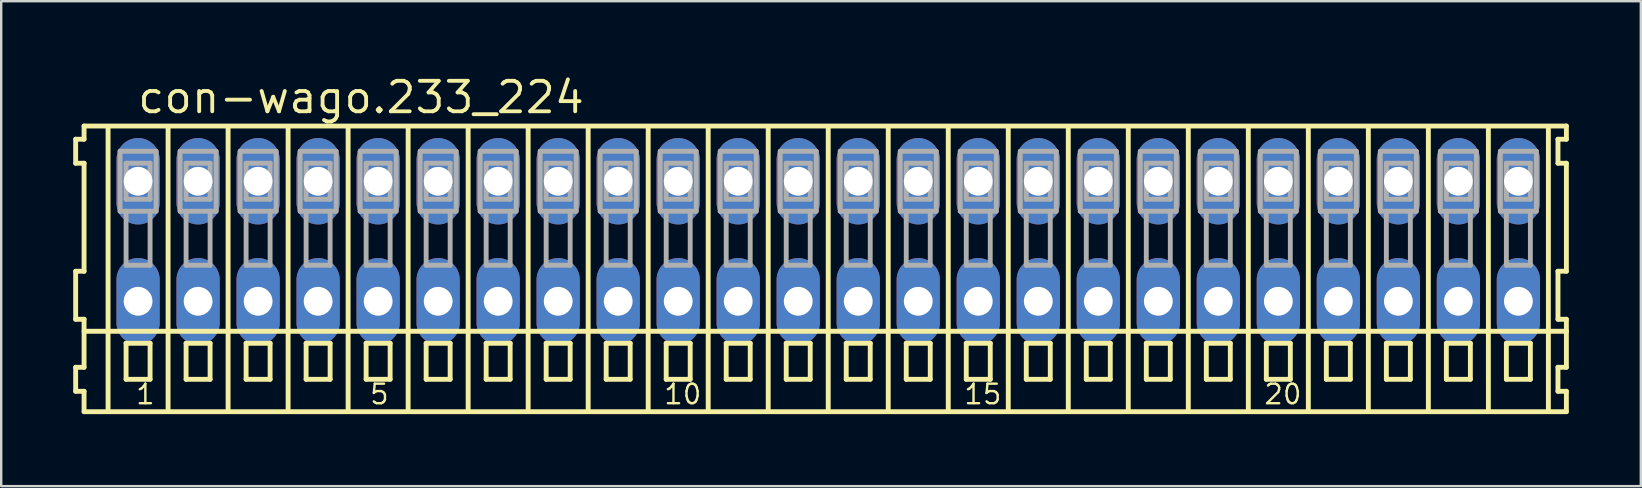
<source format=kicad_pcb>
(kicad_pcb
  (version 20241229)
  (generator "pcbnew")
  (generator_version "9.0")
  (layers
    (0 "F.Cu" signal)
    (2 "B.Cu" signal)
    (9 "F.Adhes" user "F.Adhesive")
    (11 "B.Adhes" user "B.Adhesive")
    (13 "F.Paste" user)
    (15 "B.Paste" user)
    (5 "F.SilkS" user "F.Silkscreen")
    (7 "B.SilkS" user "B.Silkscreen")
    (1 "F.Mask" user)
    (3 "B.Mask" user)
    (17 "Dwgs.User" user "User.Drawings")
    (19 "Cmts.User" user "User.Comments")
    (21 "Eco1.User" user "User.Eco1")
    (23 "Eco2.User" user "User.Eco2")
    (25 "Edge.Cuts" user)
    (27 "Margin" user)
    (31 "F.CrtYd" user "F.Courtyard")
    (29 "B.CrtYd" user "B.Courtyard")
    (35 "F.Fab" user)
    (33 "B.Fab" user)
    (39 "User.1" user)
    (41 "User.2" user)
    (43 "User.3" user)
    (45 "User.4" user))
  (footprint "con-wago.233_224"
    (layer "F.Cu")
    (at 31.452 7)
    (property "Reference" "con-wago.233_224" (at -28.85 -5.25 0) (layer "F.SilkS") (effects (font (size 1.27 1.27) (thickness 0.16)) (justify left bottom)))
    (attr through_hole)
    (fp_line (start -31.35 -4.25) (end -31.35 -3.25) (stroke (width 0.203) (type default)) (layer "F.SilkS"))
    (fp_line (start -31.35 -3.25) (end -31 -3.25) (stroke (width 0.203) (type default)) (layer "F.SilkS"))
    (fp_line (start -31.35 1.25) (end -31.35 3.25) (stroke (width 0.203) (type default)) (layer "F.SilkS"))
    (fp_line (start -31.35 3.25) (end -31 3.25) (stroke (width 0.203) (type default)) (layer "F.SilkS"))
    (fp_line (start -31.35 5.25) (end -31.35 6.25) (stroke (width 0.203) (type default)) (layer "F.SilkS"))
    (fp_line (start -31.35 6.25) (end -31 6.25) (stroke (width 0.203) (type default)) (layer "F.SilkS"))
    (fp_line (start -31 -4.8) (end -31 -4.25) (stroke (width 0.203) (type default)) (layer "F.SilkS"))
    (fp_line (start -31 -4.25) (end -31.35 -4.25) (stroke (width 0.203) (type default)) (layer "F.SilkS"))
    (fp_line (start -31 -3.25) (end -31 1.25) (stroke (width 0.203) (type default)) (layer "F.SilkS"))
    (fp_line (start -31 1.25) (end -31.35 1.25) (stroke (width 0.203) (type default)) (layer "F.SilkS"))
    (fp_line (start -31 3.25) (end -31 5.25) (stroke (width 0.203) (type default)) (layer "F.SilkS"))
    (fp_line (start -31 3.75) (end 30.75 3.75) (stroke (width 0.203) (type default)) (layer "F.SilkS"))
    (fp_line (start -31 5.25) (end -31.35 5.25) (stroke (width 0.203) (type default)) (layer "F.SilkS"))
    (fp_line (start -31 6.25) (end -31 7.1) (stroke (width 0.203) (type default)) (layer "F.SilkS"))
    (fp_line (start -31 7.1) (end 30.75 7.1) (stroke (width 0.203) (type default)) (layer "F.SilkS"))
    (fp_line (start -30 -4.75) (end -30 7) (stroke (width 0.203) (type default)) (layer "F.SilkS"))
    (fp_line (start -29.25 4.25) (end -29.25 5.75) (stroke (width 0.203) (type default)) (layer "F.SilkS"))
    (fp_line (start -29.25 5.75) (end -28.25 5.75) (stroke (width 0.203) (type default)) (layer "F.SilkS"))
    (fp_line (start -28.25 4.25) (end -29.25 4.25) (stroke (width 0.203) (type default)) (layer "F.SilkS"))
    (fp_line (start -28.25 5.75) (end -28.25 4.25) (stroke (width 0.203) (type default)) (layer "F.SilkS"))
    (fp_line (start -27.5 -4.75) (end -27.5 7) (stroke (width 0.203) (type default)) (layer "F.SilkS"))
    (fp_line (start -26.75 4.25) (end -26.75 5.75) (stroke (width 0.203) (type default)) (layer "F.SilkS"))
    (fp_line (start -26.75 5.75) (end -25.75 5.75) (stroke (width 0.203) (type default)) (layer "F.SilkS"))
    (fp_line (start -25.75 4.25) (end -26.75 4.25) (stroke (width 0.203) (type default)) (layer "F.SilkS"))
    (fp_line (start -25.75 5.75) (end -25.75 4.25) (stroke (width 0.203) (type default)) (layer "F.SilkS"))
    (fp_line (start -25 -4.75) (end -25 7) (stroke (width 0.203) (type default)) (layer "F.SilkS"))
    (fp_line (start -24.25 4.25) (end -24.25 5.75) (stroke (width 0.203) (type default)) (layer "F.SilkS"))
    (fp_line (start -24.25 5.75) (end -23.25 5.75) (stroke (width 0.203) (type default)) (layer "F.SilkS"))
    (fp_line (start -23.25 4.25) (end -24.25 4.25) (stroke (width 0.203) (type default)) (layer "F.SilkS"))
    (fp_line (start -23.25 5.75) (end -23.25 4.25) (stroke (width 0.203) (type default)) (layer "F.SilkS"))
    (fp_line (start -22.5 -4.75) (end -22.5 7) (stroke (width 0.203) (type default)) (layer "F.SilkS"))
    (fp_line (start -21.75 4.25) (end -21.75 5.75) (stroke (width 0.203) (type default)) (layer "F.SilkS"))
    (fp_line (start -21.75 5.75) (end -20.75 5.75) (stroke (width 0.203) (type default)) (layer "F.SilkS"))
    (fp_line (start -20.75 4.25) (end -21.75 4.25) (stroke (width 0.203) (type default)) (layer "F.SilkS"))
    (fp_line (start -20.75 5.75) (end -20.75 4.25) (stroke (width 0.203) (type default)) (layer "F.SilkS"))
    (fp_line (start -20 -4.75) (end -20 7) (stroke (width 0.203) (type default)) (layer "F.SilkS"))
    (fp_line (start -19.25 4.25) (end -19.25 5.75) (stroke (width 0.203) (type default)) (layer "F.SilkS"))
    (fp_line (start -19.25 5.75) (end -18.25 5.75) (stroke (width 0.203) (type default)) (layer "F.SilkS"))
    (fp_line (start -18.25 4.25) (end -19.25 4.25) (stroke (width 0.203) (type default)) (layer "F.SilkS"))
    (fp_line (start -18.25 5.75) (end -18.25 4.25) (stroke (width 0.203) (type default)) (layer "F.SilkS"))
    (fp_line (start -17.5 -4.75) (end -17.5 7) (stroke (width 0.203) (type default)) (layer "F.SilkS"))
    (fp_line (start -16.75 4.25) (end -16.75 5.75) (stroke (width 0.203) (type default)) (layer "F.SilkS"))
    (fp_line (start -16.75 5.75) (end -15.75 5.75) (stroke (width 0.203) (type default)) (layer "F.SilkS"))
    (fp_line (start -15.75 4.25) (end -16.75 4.25) (stroke (width 0.203) (type default)) (layer "F.SilkS"))
    (fp_line (start -15.75 5.75) (end -15.75 4.25) (stroke (width 0.203) (type default)) (layer "F.SilkS"))
    (fp_line (start -15 -4.75) (end -15 7) (stroke (width 0.203) (type default)) (layer "F.SilkS"))
    (fp_line (start -14.25 4.25) (end -14.25 5.75) (stroke (width 0.203) (type default)) (layer "F.SilkS"))
    (fp_line (start -14.25 5.75) (end -13.25 5.75) (stroke (width 0.203) (type default)) (layer "F.SilkS"))
    (fp_line (start -13.25 4.25) (end -14.25 4.25) (stroke (width 0.203) (type default)) (layer "F.SilkS"))
    (fp_line (start -13.25 5.75) (end -13.25 4.25) (stroke (width 0.203) (type default)) (layer "F.SilkS"))
    (fp_line (start -12.5 -4.75) (end -12.5 7) (stroke (width 0.203) (type default)) (layer "F.SilkS"))
    (fp_line (start -11.75 4.25) (end -11.75 5.75) (stroke (width 0.203) (type default)) (layer "F.SilkS"))
    (fp_line (start -11.75 5.75) (end -10.75 5.75) (stroke (width 0.203) (type default)) (layer "F.SilkS"))
    (fp_line (start -10.75 4.25) (end -11.75 4.25) (stroke (width 0.203) (type default)) (layer "F.SilkS"))
    (fp_line (start -10.75 5.75) (end -10.75 4.25) (stroke (width 0.203) (type default)) (layer "F.SilkS"))
    (fp_line (start -10 -4.75) (end -10 7) (stroke (width 0.203) (type default)) (layer "F.SilkS"))
    (fp_line (start -9.25 4.25) (end -9.25 5.75) (stroke (width 0.203) (type default)) (layer "F.SilkS"))
    (fp_line (start -9.25 5.75) (end -8.25 5.75) (stroke (width 0.203) (type default)) (layer "F.SilkS"))
    (fp_line (start -8.25 4.25) (end -9.25 4.25) (stroke (width 0.203) (type default)) (layer "F.SilkS"))
    (fp_line (start -8.25 5.75) (end -8.25 4.25) (stroke (width 0.203) (type default)) (layer "F.SilkS"))
    (fp_line (start -7.5 -4.75) (end -7.5 7) (stroke (width 0.203) (type default)) (layer "F.SilkS"))
    (fp_line (start -6.75 4.25) (end -6.75 5.75) (stroke (width 0.203) (type default)) (layer "F.SilkS"))
    (fp_line (start -6.75 5.75) (end -5.75 5.75) (stroke (width 0.203) (type default)) (layer "F.SilkS"))
    (fp_line (start -5.75 4.25) (end -6.75 4.25) (stroke (width 0.203) (type default)) (layer "F.SilkS"))
    (fp_line (start -5.75 5.75) (end -5.75 4.25) (stroke (width 0.203) (type default)) (layer "F.SilkS"))
    (fp_line (start -5 -4.75) (end -5 7) (stroke (width 0.203) (type default)) (layer "F.SilkS"))
    (fp_line (start -4.25 4.25) (end -4.25 5.75) (stroke (width 0.203) (type default)) (layer "F.SilkS"))
    (fp_line (start -4.25 5.75) (end -3.25 5.75) (stroke (width 0.203) (type default)) (layer "F.SilkS"))
    (fp_line (start -3.25 4.25) (end -4.25 4.25) (stroke (width 0.203) (type default)) (layer "F.SilkS"))
    (fp_line (start -3.25 5.75) (end -3.25 4.25) (stroke (width 0.203) (type default)) (layer "F.SilkS"))
    (fp_line (start -2.5 -4.75) (end -2.5 7) (stroke (width 0.203) (type default)) (layer "F.SilkS"))
    (fp_line (start -1.75 4.25) (end -1.75 5.75) (stroke (width 0.203) (type default)) (layer "F.SilkS"))
    (fp_line (start -1.75 5.75) (end -0.75 5.75) (stroke (width 0.203) (type default)) (layer "F.SilkS"))
    (fp_line (start -0.75 4.25) (end -1.75 4.25) (stroke (width 0.203) (type default)) (layer "F.SilkS"))
    (fp_line (start -0.75 5.75) (end -0.75 4.25) (stroke (width 0.203) (type default)) (layer "F.SilkS"))
    (fp_line (start 0 -4.75) (end 0 7) (stroke (width 0.203) (type default)) (layer "F.SilkS"))
    (fp_line (start 0.75 4.25) (end 0.75 5.75) (stroke (width 0.203) (type default)) (layer "F.SilkS"))
    (fp_line (start 0.75 5.75) (end 1.75 5.75) (stroke (width 0.203) (type default)) (layer "F.SilkS"))
    (fp_line (start 1.75 4.25) (end 0.75 4.25) (stroke (width 0.203) (type default)) (layer "F.SilkS"))
    (fp_line (start 1.75 5.75) (end 1.75 4.25) (stroke (width 0.203) (type default)) (layer "F.SilkS"))
    (fp_line (start 2.5 -4.75) (end 2.5 7) (stroke (width 0.203) (type default)) (layer "F.SilkS"))
    (fp_line (start 3.25 4.25) (end 3.25 5.75) (stroke (width 0.203) (type default)) (layer "F.SilkS"))
    (fp_line (start 3.25 5.75) (end 4.25 5.75) (stroke (width 0.203) (type default)) (layer "F.SilkS"))
    (fp_line (start 4.25 4.25) (end 3.25 4.25) (stroke (width 0.203) (type default)) (layer "F.SilkS"))
    (fp_line (start 4.25 5.75) (end 4.25 4.25) (stroke (width 0.203) (type default)) (layer "F.SilkS"))
    (fp_line (start 5 -4.75) (end 5 7) (stroke (width 0.203) (type default)) (layer "F.SilkS"))
    (fp_line (start 5.75 4.25) (end 5.75 5.75) (stroke (width 0.203) (type default)) (layer "F.SilkS"))
    (fp_line (start 5.75 5.75) (end 6.75 5.75) (stroke (width 0.203) (type default)) (layer "F.SilkS"))
    (fp_line (start 6.75 4.25) (end 5.75 4.25) (stroke (width 0.203) (type default)) (layer "F.SilkS"))
    (fp_line (start 6.75 5.75) (end 6.75 4.25) (stroke (width 0.203) (type default)) (layer "F.SilkS"))
    (fp_line (start 7.5 -4.75) (end 7.5 7) (stroke (width 0.203) (type default)) (layer "F.SilkS"))
    (fp_line (start 8.25 4.25) (end 8.25 5.75) (stroke (width 0.203) (type default)) (layer "F.SilkS"))
    (fp_line (start 8.25 5.75) (end 9.25 5.75) (stroke (width 0.203) (type default)) (layer "F.SilkS"))
    (fp_line (start 9.25 4.25) (end 8.25 4.25) (stroke (width 0.203) (type default)) (layer "F.SilkS"))
    (fp_line (start 9.25 5.75) (end 9.25 4.25) (stroke (width 0.203) (type default)) (layer "F.SilkS"))
    (fp_line (start 10 -4.75) (end 10 7) (stroke (width 0.203) (type default)) (layer "F.SilkS"))
    (fp_line (start 10.75 4.25) (end 10.75 5.75) (stroke (width 0.203) (type default)) (layer "F.SilkS"))
    (fp_line (start 10.75 5.75) (end 11.75 5.75) (stroke (width 0.203) (type default)) (layer "F.SilkS"))
    (fp_line (start 11.75 4.25) (end 10.75 4.25) (stroke (width 0.203) (type default)) (layer "F.SilkS"))
    (fp_line (start 11.75 5.75) (end 11.75 4.25) (stroke (width 0.203) (type default)) (layer "F.SilkS"))
    (fp_line (start 12.5 -4.75) (end 12.5 7) (stroke (width 0.203) (type default)) (layer "F.SilkS"))
    (fp_line (start 13.25 4.25) (end 13.25 5.75) (stroke (width 0.203) (type default)) (layer "F.SilkS"))
    (fp_line (start 13.25 5.75) (end 14.25 5.75) (stroke (width 0.203) (type default)) (layer "F.SilkS"))
    (fp_line (start 14.25 4.25) (end 13.25 4.25) (stroke (width 0.203) (type default)) (layer "F.SilkS"))
    (fp_line (start 14.25 5.75) (end 14.25 4.25) (stroke (width 0.203) (type default)) (layer "F.SilkS"))
    (fp_line (start 15 -4.75) (end 15 7) (stroke (width 0.203) (type default)) (layer "F.SilkS"))
    (fp_line (start 15.75 4.25) (end 15.75 5.75) (stroke (width 0.203) (type default)) (layer "F.SilkS"))
    (fp_line (start 15.75 5.75) (end 16.75 5.75) (stroke (width 0.203) (type default)) (layer "F.SilkS"))
    (fp_line (start 16.75 4.25) (end 15.75 4.25) (stroke (width 0.203) (type default)) (layer "F.SilkS"))
    (fp_line (start 16.75 5.75) (end 16.75 4.25) (stroke (width 0.203) (type default)) (layer "F.SilkS"))
    (fp_line (start 17.5 -4.75) (end 17.5 7) (stroke (width 0.203) (type default)) (layer "F.SilkS"))
    (fp_line (start 18.25 4.25) (end 18.25 5.75) (stroke (width 0.203) (type default)) (layer "F.SilkS"))
    (fp_line (start 18.25 5.75) (end 19.25 5.75) (stroke (width 0.203) (type default)) (layer "F.SilkS"))
    (fp_line (start 19.25 4.25) (end 18.25 4.25) (stroke (width 0.203) (type default)) (layer "F.SilkS"))
    (fp_line (start 19.25 5.75) (end 19.25 4.25) (stroke (width 0.203) (type default)) (layer "F.SilkS"))
    (fp_line (start 20 -4.75) (end 20 7) (stroke (width 0.203) (type default)) (layer "F.SilkS"))
    (fp_line (start 20.75 4.25) (end 20.75 5.75) (stroke (width 0.203) (type default)) (layer "F.SilkS"))
    (fp_line (start 20.75 5.75) (end 21.75 5.75) (stroke (width 0.203) (type default)) (layer "F.SilkS"))
    (fp_line (start 21.75 4.25) (end 20.75 4.25) (stroke (width 0.203) (type default)) (layer "F.SilkS"))
    (fp_line (start 21.75 5.75) (end 21.75 4.25) (stroke (width 0.203) (type default)) (layer "F.SilkS"))
    (fp_line (start 22.5 -4.75) (end 22.5 7) (stroke (width 0.203) (type default)) (layer "F.SilkS"))
    (fp_line (start 23.25 4.25) (end 23.25 5.75) (stroke (width 0.203) (type default)) (layer "F.SilkS"))
    (fp_line (start 23.25 5.75) (end 24.25 5.75) (stroke (width 0.203) (type default)) (layer "F.SilkS"))
    (fp_line (start 24.25 4.25) (end 23.25 4.25) (stroke (width 0.203) (type default)) (layer "F.SilkS"))
    (fp_line (start 24.25 5.75) (end 24.25 4.25) (stroke (width 0.203) (type default)) (layer "F.SilkS"))
    (fp_line (start 25 -4.75) (end 25 7) (stroke (width 0.203) (type default)) (layer "F.SilkS"))
    (fp_line (start 25.75 4.25) (end 25.75 5.75) (stroke (width 0.203) (type default)) (layer "F.SilkS"))
    (fp_line (start 25.75 5.75) (end 26.75 5.75) (stroke (width 0.203) (type default)) (layer "F.SilkS"))
    (fp_line (start 26.75 4.25) (end 25.75 4.25) (stroke (width 0.203) (type default)) (layer "F.SilkS"))
    (fp_line (start 26.75 5.75) (end 26.75 4.25) (stroke (width 0.203) (type default)) (layer "F.SilkS"))
    (fp_line (start 27.5 -4.75) (end 27.5 7) (stroke (width 0.203) (type default)) (layer "F.SilkS"))
    (fp_line (start 28.25 4.25) (end 28.25 5.75) (stroke (width 0.203) (type default)) (layer "F.SilkS"))
    (fp_line (start 28.25 5.75) (end 29.25 5.75) (stroke (width 0.203) (type default)) (layer "F.SilkS"))
    (fp_line (start 29.25 4.25) (end 28.25 4.25) (stroke (width 0.203) (type default)) (layer "F.SilkS"))
    (fp_line (start 29.25 5.75) (end 29.25 4.25) (stroke (width 0.203) (type default)) (layer "F.SilkS"))
    (fp_line (start 30 -4.75) (end 30 7) (stroke (width 0.203) (type default)) (layer "F.SilkS"))
    (fp_line (start 30.4 -4.25) (end 30.4 -3.25) (stroke (width 0.203) (type default)) (layer "F.SilkS"))
    (fp_line (start 30.4 -3.25) (end 30.75 -3.25) (stroke (width 0.203) (type default)) (layer "F.SilkS"))
    (fp_line (start 30.4 1.25) (end 30.4 3.25) (stroke (width 0.203) (type default)) (layer "F.SilkS"))
    (fp_line (start 30.4 3.25) (end 30.75 3.25) (stroke (width 0.203) (type default)) (layer "F.SilkS"))
    (fp_line (start 30.4 5.25) (end 30.4 6.25) (stroke (width 0.203) (type default)) (layer "F.SilkS"))
    (fp_line (start 30.4 6.25) (end 30.75 6.25) (stroke (width 0.203) (type default)) (layer "F.SilkS"))
    (fp_line (start 30.75 -4.8) (end -31 -4.8) (stroke (width 0.203) (type default)) (layer "F.SilkS"))
    (fp_line (start 30.75 -4.25) (end 30.4 -4.25) (stroke (width 0.203) (type default)) (layer "F.SilkS"))
    (fp_line (start 30.75 -4.25) (end 30.75 -4.8) (stroke (width 0.203) (type default)) (layer "F.SilkS"))
    (fp_line (start 30.75 1.25) (end 30.4 1.25) (stroke (width 0.203) (type default)) (layer "F.SilkS"))
    (fp_line (start 30.75 1.25) (end 30.75 -3.25) (stroke (width 0.203) (type default)) (layer "F.SilkS"))
    (fp_line (start 30.75 3.75) (end 30.75 3.25) (stroke (width 0.203) (type default)) (layer "F.SilkS"))
    (fp_line (start 30.75 5.25) (end 30.4 5.25) (stroke (width 0.203) (type default)) (layer "F.SilkS"))
    (fp_line (start 30.75 5.25) (end 30.75 3.75) (stroke (width 0.203) (type default)) (layer "F.SilkS"))
    (fp_line (start 30.75 7.1) (end 30.75 6.25) (stroke (width 0.203) (type default)) (layer "F.SilkS"))
    (fp_line (start -29.5 -3.75) (end -29.5 -1.25) (stroke (width 0.203) (type default)) (layer "F.Fab"))
    (fp_line (start -29.5 -1.25) (end -29.25 -1.25) (stroke (width 0.203) (type default)) (layer "F.Fab"))
    (fp_line (start -29.25 -3.25) (end -29.25 -1.75) (stroke (width 0.203) (type default)) (layer "F.Fab"))
    (fp_line (start -29.25 -1.75) (end -28.25 -1.75) (stroke (width 0.203) (type default)) (layer "F.Fab"))
    (fp_line (start -29.25 -1.25) (end -29.25 1) (stroke (width 0.203) (type default)) (layer "F.Fab"))
    (fp_line (start -29.25 -1.25) (end -28.25 -1.25) (stroke (width 0.203) (type default)) (layer "F.Fab"))
    (fp_line (start -29.25 1) (end -28.25 1) (stroke (width 0.203) (type default)) (layer "F.Fab"))
    (fp_line (start -28.25 -3.25) (end -29.25 -3.25) (stroke (width 0.203) (type default)) (layer "F.Fab"))
    (fp_line (start -28.25 -1.75) (end -28.25 -3.25) (stroke (width 0.203) (type default)) (layer "F.Fab"))
    (fp_line (start -28.25 -1.25) (end -28 -1.25) (stroke (width 0.203) (type default)) (layer "F.Fab"))
    (fp_line (start -28.25 1) (end -28.25 -1.25) (stroke (width 0.203) (type default)) (layer "F.Fab"))
    (fp_line (start -28 -3.75) (end -29.5 -3.75) (stroke (width 0.203) (type default)) (layer "F.Fab"))
    (fp_line (start -28 -1.25) (end -28 -3.75) (stroke (width 0.203) (type default)) (layer "F.Fab"))
    (fp_line (start -27 -3.75) (end -27 -1.25) (stroke (width 0.203) (type default)) (layer "F.Fab"))
    (fp_line (start -27 -1.25) (end -26.75 -1.25) (stroke (width 0.203) (type default)) (layer "F.Fab"))
    (fp_line (start -26.75 -3.25) (end -26.75 -1.75) (stroke (width 0.203) (type default)) (layer "F.Fab"))
    (fp_line (start -26.75 -1.75) (end -25.75 -1.75) (stroke (width 0.203) (type default)) (layer "F.Fab"))
    (fp_line (start -26.75 -1.25) (end -26.75 1) (stroke (width 0.203) (type default)) (layer "F.Fab"))
    (fp_line (start -26.75 -1.25) (end -25.75 -1.25) (stroke (width 0.203) (type default)) (layer "F.Fab"))
    (fp_line (start -26.75 1) (end -25.75 1) (stroke (width 0.203) (type default)) (layer "F.Fab"))
    (fp_line (start -25.75 -3.25) (end -26.75 -3.25) (stroke (width 0.203) (type default)) (layer "F.Fab"))
    (fp_line (start -25.75 -1.75) (end -25.75 -3.25) (stroke (width 0.203) (type default)) (layer "F.Fab"))
    (fp_line (start -25.75 -1.25) (end -25.5 -1.25) (stroke (width 0.203) (type default)) (layer "F.Fab"))
    (fp_line (start -25.75 1) (end -25.75 -1.25) (stroke (width 0.203) (type default)) (layer "F.Fab"))
    (fp_line (start -25.5 -3.75) (end -27 -3.75) (stroke (width 0.203) (type default)) (layer "F.Fab"))
    (fp_line (start -25.5 -1.25) (end -25.5 -3.75) (stroke (width 0.203) (type default)) (layer "F.Fab"))
    (fp_line (start -24.5 -3.75) (end -24.5 -1.25) (stroke (width 0.203) (type default)) (layer "F.Fab"))
    (fp_line (start -24.5 -1.25) (end -24.25 -1.25) (stroke (width 0.203) (type default)) (layer "F.Fab"))
    (fp_line (start -24.25 -3.25) (end -24.25 -1.75) (stroke (width 0.203) (type default)) (layer "F.Fab"))
    (fp_line (start -24.25 -1.75) (end -23.25 -1.75) (stroke (width 0.203) (type default)) (layer "F.Fab"))
    (fp_line (start -24.25 -1.25) (end -24.25 1) (stroke (width 0.203) (type default)) (layer "F.Fab"))
    (fp_line (start -24.25 -1.25) (end -23.25 -1.25) (stroke (width 0.203) (type default)) (layer "F.Fab"))
    (fp_line (start -24.25 1) (end -23.25 1) (stroke (width 0.203) (type default)) (layer "F.Fab"))
    (fp_line (start -23.25 -3.25) (end -24.25 -3.25) (stroke (width 0.203) (type default)) (layer "F.Fab"))
    (fp_line (start -23.25 -1.75) (end -23.25 -3.25) (stroke (width 0.203) (type default)) (layer "F.Fab"))
    (fp_line (start -23.25 -1.25) (end -23 -1.25) (stroke (width 0.203) (type default)) (layer "F.Fab"))
    (fp_line (start -23.25 1) (end -23.25 -1.25) (stroke (width 0.203) (type default)) (layer "F.Fab"))
    (fp_line (start -23 -3.75) (end -24.5 -3.75) (stroke (width 0.203) (type default)) (layer "F.Fab"))
    (fp_line (start -23 -1.25) (end -23 -3.75) (stroke (width 0.203) (type default)) (layer "F.Fab"))
    (fp_line (start -22 -3.75) (end -22 -1.25) (stroke (width 0.203) (type default)) (layer "F.Fab"))
    (fp_line (start -22 -1.25) (end -21.75 -1.25) (stroke (width 0.203) (type default)) (layer "F.Fab"))
    (fp_line (start -21.75 -3.25) (end -21.75 -1.75) (stroke (width 0.203) (type default)) (layer "F.Fab"))
    (fp_line (start -21.75 -1.75) (end -20.75 -1.75) (stroke (width 0.203) (type default)) (layer "F.Fab"))
    (fp_line (start -21.75 -1.25) (end -21.75 1) (stroke (width 0.203) (type default)) (layer "F.Fab"))
    (fp_line (start -21.75 -1.25) (end -20.75 -1.25) (stroke (width 0.203) (type default)) (layer "F.Fab"))
    (fp_line (start -21.75 1) (end -20.75 1) (stroke (width 0.203) (type default)) (layer "F.Fab"))
    (fp_line (start -20.75 -3.25) (end -21.75 -3.25) (stroke (width 0.203) (type default)) (layer "F.Fab"))
    (fp_line (start -20.75 -1.75) (end -20.75 -3.25) (stroke (width 0.203) (type default)) (layer "F.Fab"))
    (fp_line (start -20.75 -1.25) (end -20.5 -1.25) (stroke (width 0.203) (type default)) (layer "F.Fab"))
    (fp_line (start -20.75 1) (end -20.75 -1.25) (stroke (width 0.203) (type default)) (layer "F.Fab"))
    (fp_line (start -20.5 -3.75) (end -22 -3.75) (stroke (width 0.203) (type default)) (layer "F.Fab"))
    (fp_line (start -20.5 -1.25) (end -20.5 -3.75) (stroke (width 0.203) (type default)) (layer "F.Fab"))
    (fp_line (start -19.5 -3.75) (end -19.5 -1.25) (stroke (width 0.203) (type default)) (layer "F.Fab"))
    (fp_line (start -19.5 -1.25) (end -19.25 -1.25) (stroke (width 0.203) (type default)) (layer "F.Fab"))
    (fp_line (start -19.25 -3.25) (end -19.25 -1.75) (stroke (width 0.203) (type default)) (layer "F.Fab"))
    (fp_line (start -19.25 -1.75) (end -18.25 -1.75) (stroke (width 0.203) (type default)) (layer "F.Fab"))
    (fp_line (start -19.25 -1.25) (end -19.25 1) (stroke (width 0.203) (type default)) (layer "F.Fab"))
    (fp_line (start -19.25 -1.25) (end -18.25 -1.25) (stroke (width 0.203) (type default)) (layer "F.Fab"))
    (fp_line (start -19.25 1) (end -18.25 1) (stroke (width 0.203) (type default)) (layer "F.Fab"))
    (fp_line (start -18.25 -3.25) (end -19.25 -3.25) (stroke (width 0.203) (type default)) (layer "F.Fab"))
    (fp_line (start -18.25 -1.75) (end -18.25 -3.25) (stroke (width 0.203) (type default)) (layer "F.Fab"))
    (fp_line (start -18.25 -1.25) (end -18 -1.25) (stroke (width 0.203) (type default)) (layer "F.Fab"))
    (fp_line (start -18.25 1) (end -18.25 -1.25) (stroke (width 0.203) (type default)) (layer "F.Fab"))
    (fp_line (start -18 -3.75) (end -19.5 -3.75) (stroke (width 0.203) (type default)) (layer "F.Fab"))
    (fp_line (start -18 -1.25) (end -18 -3.75) (stroke (width 0.203) (type default)) (layer "F.Fab"))
    (fp_line (start -17 -3.75) (end -17 -1.25) (stroke (width 0.203) (type default)) (layer "F.Fab"))
    (fp_line (start -17 -1.25) (end -16.75 -1.25) (stroke (width 0.203) (type default)) (layer "F.Fab"))
    (fp_line (start -16.75 -3.25) (end -16.75 -1.75) (stroke (width 0.203) (type default)) (layer "F.Fab"))
    (fp_line (start -16.75 -1.75) (end -15.75 -1.75) (stroke (width 0.203) (type default)) (layer "F.Fab"))
    (fp_line (start -16.75 -1.25) (end -16.75 1) (stroke (width 0.203) (type default)) (layer "F.Fab"))
    (fp_line (start -16.75 -1.25) (end -15.75 -1.25) (stroke (width 0.203) (type default)) (layer "F.Fab"))
    (fp_line (start -16.75 1) (end -15.75 1) (stroke (width 0.203) (type default)) (layer "F.Fab"))
    (fp_line (start -15.75 -3.25) (end -16.75 -3.25) (stroke (width 0.203) (type default)) (layer "F.Fab"))
    (fp_line (start -15.75 -1.75) (end -15.75 -3.25) (stroke (width 0.203) (type default)) (layer "F.Fab"))
    (fp_line (start -15.75 -1.25) (end -15.5 -1.25) (stroke (width 0.203) (type default)) (layer "F.Fab"))
    (fp_line (start -15.75 1) (end -15.75 -1.25) (stroke (width 0.203) (type default)) (layer "F.Fab"))
    (fp_line (start -15.5 -3.75) (end -17 -3.75) (stroke (width 0.203) (type default)) (layer "F.Fab"))
    (fp_line (start -15.5 -1.25) (end -15.5 -3.75) (stroke (width 0.203) (type default)) (layer "F.Fab"))
    (fp_line (start -14.5 -3.75) (end -14.5 -1.25) (stroke (width 0.203) (type default)) (layer "F.Fab"))
    (fp_line (start -14.5 -1.25) (end -14.25 -1.25) (stroke (width 0.203) (type default)) (layer "F.Fab"))
    (fp_line (start -14.25 -3.25) (end -14.25 -1.75) (stroke (width 0.203) (type default)) (layer "F.Fab"))
    (fp_line (start -14.25 -1.75) (end -13.25 -1.75) (stroke (width 0.203) (type default)) (layer "F.Fab"))
    (fp_line (start -14.25 -1.25) (end -14.25 1) (stroke (width 0.203) (type default)) (layer "F.Fab"))
    (fp_line (start -14.25 -1.25) (end -13.25 -1.25) (stroke (width 0.203) (type default)) (layer "F.Fab"))
    (fp_line (start -14.25 1) (end -13.25 1) (stroke (width 0.203) (type default)) (layer "F.Fab"))
    (fp_line (start -13.25 -3.25) (end -14.25 -3.25) (stroke (width 0.203) (type default)) (layer "F.Fab"))
    (fp_line (start -13.25 -1.75) (end -13.25 -3.25) (stroke (width 0.203) (type default)) (layer "F.Fab"))
    (fp_line (start -13.25 -1.25) (end -13 -1.25) (stroke (width 0.203) (type default)) (layer "F.Fab"))
    (fp_line (start -13.25 1) (end -13.25 -1.25) (stroke (width 0.203) (type default)) (layer "F.Fab"))
    (fp_line (start -13 -3.75) (end -14.5 -3.75) (stroke (width 0.203) (type default)) (layer "F.Fab"))
    (fp_line (start -13 -1.25) (end -13 -3.75) (stroke (width 0.203) (type default)) (layer "F.Fab"))
    (fp_line (start -12 -3.75) (end -12 -1.25) (stroke (width 0.203) (type default)) (layer "F.Fab"))
    (fp_line (start -12 -1.25) (end -11.75 -1.25) (stroke (width 0.203) (type default)) (layer "F.Fab"))
    (fp_line (start -11.75 -3.25) (end -11.75 -1.75) (stroke (width 0.203) (type default)) (layer "F.Fab"))
    (fp_line (start -11.75 -1.75) (end -10.75 -1.75) (stroke (width 0.203) (type default)) (layer "F.Fab"))
    (fp_line (start -11.75 -1.25) (end -11.75 1) (stroke (width 0.203) (type default)) (layer "F.Fab"))
    (fp_line (start -11.75 -1.25) (end -10.75 -1.25) (stroke (width 0.203) (type default)) (layer "F.Fab"))
    (fp_line (start -11.75 1) (end -10.75 1) (stroke (width 0.203) (type default)) (layer "F.Fab"))
    (fp_line (start -10.75 -3.25) (end -11.75 -3.25) (stroke (width 0.203) (type default)) (layer "F.Fab"))
    (fp_line (start -10.75 -1.75) (end -10.75 -3.25) (stroke (width 0.203) (type default)) (layer "F.Fab"))
    (fp_line (start -10.75 -1.25) (end -10.5 -1.25) (stroke (width 0.203) (type default)) (layer "F.Fab"))
    (fp_line (start -10.75 1) (end -10.75 -1.25) (stroke (width 0.203) (type default)) (layer "F.Fab"))
    (fp_line (start -10.5 -3.75) (end -12 -3.75) (stroke (width 0.203) (type default)) (layer "F.Fab"))
    (fp_line (start -10.5 -1.25) (end -10.5 -3.75) (stroke (width 0.203) (type default)) (layer "F.Fab"))
    (fp_line (start -9.5 -3.75) (end -9.5 -1.25) (stroke (width 0.203) (type default)) (layer "F.Fab"))
    (fp_line (start -9.5 -1.25) (end -9.25 -1.25) (stroke (width 0.203) (type default)) (layer "F.Fab"))
    (fp_line (start -9.25 -3.25) (end -9.25 -1.75) (stroke (width 0.203) (type default)) (layer "F.Fab"))
    (fp_line (start -9.25 -1.75) (end -8.25 -1.75) (stroke (width 0.203) (type default)) (layer "F.Fab"))
    (fp_line (start -9.25 -1.25) (end -9.25 1) (stroke (width 0.203) (type default)) (layer "F.Fab"))
    (fp_line (start -9.25 -1.25) (end -8.25 -1.25) (stroke (width 0.203) (type default)) (layer "F.Fab"))
    (fp_line (start -9.25 1) (end -8.25 1) (stroke (width 0.203) (type default)) (layer "F.Fab"))
    (fp_line (start -8.25 -3.25) (end -9.25 -3.25) (stroke (width 0.203) (type default)) (layer "F.Fab"))
    (fp_line (start -8.25 -1.75) (end -8.25 -3.25) (stroke (width 0.203) (type default)) (layer "F.Fab"))
    (fp_line (start -8.25 -1.25) (end -8 -1.25) (stroke (width 0.203) (type default)) (layer "F.Fab"))
    (fp_line (start -8.25 1) (end -8.25 -1.25) (stroke (width 0.203) (type default)) (layer "F.Fab"))
    (fp_line (start -8 -3.75) (end -9.5 -3.75) (stroke (width 0.203) (type default)) (layer "F.Fab"))
    (fp_line (start -8 -1.25) (end -8 -3.75) (stroke (width 0.203) (type default)) (layer "F.Fab"))
    (fp_line (start -7 -3.75) (end -7 -1.25) (stroke (width 0.203) (type default)) (layer "F.Fab"))
    (fp_line (start -7 -1.25) (end -6.75 -1.25) (stroke (width 0.203) (type default)) (layer "F.Fab"))
    (fp_line (start -6.75 -3.25) (end -6.75 -1.75) (stroke (width 0.203) (type default)) (layer "F.Fab"))
    (fp_line (start -6.75 -1.75) (end -5.75 -1.75) (stroke (width 0.203) (type default)) (layer "F.Fab"))
    (fp_line (start -6.75 -1.25) (end -6.75 1) (stroke (width 0.203) (type default)) (layer "F.Fab"))
    (fp_line (start -6.75 -1.25) (end -5.75 -1.25) (stroke (width 0.203) (type default)) (layer "F.Fab"))
    (fp_line (start -6.75 1) (end -5.75 1) (stroke (width 0.203) (type default)) (layer "F.Fab"))
    (fp_line (start -5.75 -3.25) (end -6.75 -3.25) (stroke (width 0.203) (type default)) (layer "F.Fab"))
    (fp_line (start -5.75 -1.75) (end -5.75 -3.25) (stroke (width 0.203) (type default)) (layer "F.Fab"))
    (fp_line (start -5.75 -1.25) (end -5.5 -1.25) (stroke (width 0.203) (type default)) (layer "F.Fab"))
    (fp_line (start -5.75 1) (end -5.75 -1.25) (stroke (width 0.203) (type default)) (layer "F.Fab"))
    (fp_line (start -5.5 -3.75) (end -7 -3.75) (stroke (width 0.203) (type default)) (layer "F.Fab"))
    (fp_line (start -5.5 -1.25) (end -5.5 -3.75) (stroke (width 0.203) (type default)) (layer "F.Fab"))
    (fp_line (start -4.5 -3.75) (end -4.5 -1.25) (stroke (width 0.203) (type default)) (layer "F.Fab"))
    (fp_line (start -4.5 -1.25) (end -4.25 -1.25) (stroke (width 0.203) (type default)) (layer "F.Fab"))
    (fp_line (start -4.25 -3.25) (end -4.25 -1.75) (stroke (width 0.203) (type default)) (layer "F.Fab"))
    (fp_line (start -4.25 -1.75) (end -3.25 -1.75) (stroke (width 0.203) (type default)) (layer "F.Fab"))
    (fp_line (start -4.25 -1.25) (end -4.25 1) (stroke (width 0.203) (type default)) (layer "F.Fab"))
    (fp_line (start -4.25 -1.25) (end -3.25 -1.25) (stroke (width 0.203) (type default)) (layer "F.Fab"))
    (fp_line (start -4.25 1) (end -3.25 1) (stroke (width 0.203) (type default)) (layer "F.Fab"))
    (fp_line (start -3.25 -3.25) (end -4.25 -3.25) (stroke (width 0.203) (type default)) (layer "F.Fab"))
    (fp_line (start -3.25 -1.75) (end -3.25 -3.25) (stroke (width 0.203) (type default)) (layer "F.Fab"))
    (fp_line (start -3.25 -1.25) (end -3 -1.25) (stroke (width 0.203) (type default)) (layer "F.Fab"))
    (fp_line (start -3.25 1) (end -3.25 -1.25) (stroke (width 0.203) (type default)) (layer "F.Fab"))
    (fp_line (start -3 -3.75) (end -4.5 -3.75) (stroke (width 0.203) (type default)) (layer "F.Fab"))
    (fp_line (start -3 -1.25) (end -3 -3.75) (stroke (width 0.203) (type default)) (layer "F.Fab"))
    (fp_line (start -2 -3.75) (end -2 -1.25) (stroke (width 0.203) (type default)) (layer "F.Fab"))
    (fp_line (start -2 -1.25) (end -1.75 -1.25) (stroke (width 0.203) (type default)) (layer "F.Fab"))
    (fp_line (start -1.75 -3.25) (end -1.75 -1.75) (stroke (width 0.203) (type default)) (layer "F.Fab"))
    (fp_line (start -1.75 -1.75) (end -0.75 -1.75) (stroke (width 0.203) (type default)) (layer "F.Fab"))
    (fp_line (start -1.75 -1.25) (end -1.75 1) (stroke (width 0.203) (type default)) (layer "F.Fab"))
    (fp_line (start -1.75 -1.25) (end -0.75 -1.25) (stroke (width 0.203) (type default)) (layer "F.Fab"))
    (fp_line (start -1.75 1) (end -0.75 1) (stroke (width 0.203) (type default)) (layer "F.Fab"))
    (fp_line (start -0.75 -3.25) (end -1.75 -3.25) (stroke (width 0.203) (type default)) (layer "F.Fab"))
    (fp_line (start -0.75 -1.75) (end -0.75 -3.25) (stroke (width 0.203) (type default)) (layer "F.Fab"))
    (fp_line (start -0.75 -1.25) (end -0.5 -1.25) (stroke (width 0.203) (type default)) (layer "F.Fab"))
    (fp_line (start -0.75 1) (end -0.75 -1.25) (stroke (width 0.203) (type default)) (layer "F.Fab"))
    (fp_line (start -0.5 -3.75) (end -2 -3.75) (stroke (width 0.203) (type default)) (layer "F.Fab"))
    (fp_line (start -0.5 -1.25) (end -0.5 -3.75) (stroke (width 0.203) (type default)) (layer "F.Fab"))
    (fp_line (start 0.5 -3.75) (end 0.5 -1.25) (stroke (width 0.203) (type default)) (layer "F.Fab"))
    (fp_line (start 0.5 -1.25) (end 0.75 -1.25) (stroke (width 0.203) (type default)) (layer "F.Fab"))
    (fp_line (start 0.75 -3.25) (end 0.75 -1.75) (stroke (width 0.203) (type default)) (layer "F.Fab"))
    (fp_line (start 0.75 -1.75) (end 1.75 -1.75) (stroke (width 0.203) (type default)) (layer "F.Fab"))
    (fp_line (start 0.75 -1.25) (end 0.75 1) (stroke (width 0.203) (type default)) (layer "F.Fab"))
    (fp_line (start 0.75 -1.25) (end 1.75 -1.25) (stroke (width 0.203) (type default)) (layer "F.Fab"))
    (fp_line (start 0.75 1) (end 1.75 1) (stroke (width 0.203) (type default)) (layer "F.Fab"))
    (fp_line (start 1.75 -3.25) (end 0.75 -3.25) (stroke (width 0.203) (type default)) (layer "F.Fab"))
    (fp_line (start 1.75 -1.75) (end 1.75 -3.25) (stroke (width 0.203) (type default)) (layer "F.Fab"))
    (fp_line (start 1.75 -1.25) (end 2 -1.25) (stroke (width 0.203) (type default)) (layer "F.Fab"))
    (fp_line (start 1.75 1) (end 1.75 -1.25) (stroke (width 0.203) (type default)) (layer "F.Fab"))
    (fp_line (start 2 -3.75) (end 0.5 -3.75) (stroke (width 0.203) (type default)) (layer "F.Fab"))
    (fp_line (start 2 -1.25) (end 2 -3.75) (stroke (width 0.203) (type default)) (layer "F.Fab"))
    (fp_line (start 3 -3.75) (end 3 -1.25) (stroke (width 0.203) (type default)) (layer "F.Fab"))
    (fp_line (start 3 -1.25) (end 3.25 -1.25) (stroke (width 0.203) (type default)) (layer "F.Fab"))
    (fp_line (start 3.25 -3.25) (end 3.25 -1.75) (stroke (width 0.203) (type default)) (layer "F.Fab"))
    (fp_line (start 3.25 -1.75) (end 4.25 -1.75) (stroke (width 0.203) (type default)) (layer "F.Fab"))
    (fp_line (start 3.25 -1.25) (end 3.25 1) (stroke (width 0.203) (type default)) (layer "F.Fab"))
    (fp_line (start 3.25 -1.25) (end 4.25 -1.25) (stroke (width 0.203) (type default)) (layer "F.Fab"))
    (fp_line (start 3.25 1) (end 4.25 1) (stroke (width 0.203) (type default)) (layer "F.Fab"))
    (fp_line (start 4.25 -3.25) (end 3.25 -3.25) (stroke (width 0.203) (type default)) (layer "F.Fab"))
    (fp_line (start 4.25 -1.75) (end 4.25 -3.25) (stroke (width 0.203) (type default)) (layer "F.Fab"))
    (fp_line (start 4.25 -1.25) (end 4.5 -1.25) (stroke (width 0.203) (type default)) (layer "F.Fab"))
    (fp_line (start 4.25 1) (end 4.25 -1.25) (stroke (width 0.203) (type default)) (layer "F.Fab"))
    (fp_line (start 4.5 -3.75) (end 3 -3.75) (stroke (width 0.203) (type default)) (layer "F.Fab"))
    (fp_line (start 4.5 -1.25) (end 4.5 -3.75) (stroke (width 0.203) (type default)) (layer "F.Fab"))
    (fp_line (start 5.5 -3.75) (end 5.5 -1.25) (stroke (width 0.203) (type default)) (layer "F.Fab"))
    (fp_line (start 5.5 -1.25) (end 5.75 -1.25) (stroke (width 0.203) (type default)) (layer "F.Fab"))
    (fp_line (start 5.75 -3.25) (end 5.75 -1.75) (stroke (width 0.203) (type default)) (layer "F.Fab"))
    (fp_line (start 5.75 -1.75) (end 6.75 -1.75) (stroke (width 0.203) (type default)) (layer "F.Fab"))
    (fp_line (start 5.75 -1.25) (end 5.75 1) (stroke (width 0.203) (type default)) (layer "F.Fab"))
    (fp_line (start 5.75 -1.25) (end 6.75 -1.25) (stroke (width 0.203) (type default)) (layer "F.Fab"))
    (fp_line (start 5.75 1) (end 6.75 1) (stroke (width 0.203) (type default)) (layer "F.Fab"))
    (fp_line (start 6.75 -3.25) (end 5.75 -3.25) (stroke (width 0.203) (type default)) (layer "F.Fab"))
    (fp_line (start 6.75 -1.75) (end 6.75 -3.25) (stroke (width 0.203) (type default)) (layer "F.Fab"))
    (fp_line (start 6.75 -1.25) (end 7 -1.25) (stroke (width 0.203) (type default)) (layer "F.Fab"))
    (fp_line (start 6.75 1) (end 6.75 -1.25) (stroke (width 0.203) (type default)) (layer "F.Fab"))
    (fp_line (start 7 -3.75) (end 5.5 -3.75) (stroke (width 0.203) (type default)) (layer "F.Fab"))
    (fp_line (start 7 -1.25) (end 7 -3.75) (stroke (width 0.203) (type default)) (layer "F.Fab"))
    (fp_line (start 8 -3.75) (end 8 -1.25) (stroke (width 0.203) (type default)) (layer "F.Fab"))
    (fp_line (start 8 -1.25) (end 8.25 -1.25) (stroke (width 0.203) (type default)) (layer "F.Fab"))
    (fp_line (start 8.25 -3.25) (end 8.25 -1.75) (stroke (width 0.203) (type default)) (layer "F.Fab"))
    (fp_line (start 8.25 -1.75) (end 9.25 -1.75) (stroke (width 0.203) (type default)) (layer "F.Fab"))
    (fp_line (start 8.25 -1.25) (end 8.25 1) (stroke (width 0.203) (type default)) (layer "F.Fab"))
    (fp_line (start 8.25 -1.25) (end 9.25 -1.25) (stroke (width 0.203) (type default)) (layer "F.Fab"))
    (fp_line (start 8.25 1) (end 9.25 1) (stroke (width 0.203) (type default)) (layer "F.Fab"))
    (fp_line (start 9.25 -3.25) (end 8.25 -3.25) (stroke (width 0.203) (type default)) (layer "F.Fab"))
    (fp_line (start 9.25 -1.75) (end 9.25 -3.25) (stroke (width 0.203) (type default)) (layer "F.Fab"))
    (fp_line (start 9.25 -1.25) (end 9.5 -1.25) (stroke (width 0.203) (type default)) (layer "F.Fab"))
    (fp_line (start 9.25 1) (end 9.25 -1.25) (stroke (width 0.203) (type default)) (layer "F.Fab"))
    (fp_line (start 9.5 -3.75) (end 8 -3.75) (stroke (width 0.203) (type default)) (layer "F.Fab"))
    (fp_line (start 9.5 -1.25) (end 9.5 -3.75) (stroke (width 0.203) (type default)) (layer "F.Fab"))
    (fp_line (start 10.5 -3.75) (end 10.5 -1.25) (stroke (width 0.203) (type default)) (layer "F.Fab"))
    (fp_line (start 10.5 -1.25) (end 10.75 -1.25) (stroke (width 0.203) (type default)) (layer "F.Fab"))
    (fp_line (start 10.75 -3.25) (end 10.75 -1.75) (stroke (width 0.203) (type default)) (layer "F.Fab"))
    (fp_line (start 10.75 -1.75) (end 11.75 -1.75) (stroke (width 0.203) (type default)) (layer "F.Fab"))
    (fp_line (start 10.75 -1.25) (end 10.75 1) (stroke (width 0.203) (type default)) (layer "F.Fab"))
    (fp_line (start 10.75 -1.25) (end 11.75 -1.25) (stroke (width 0.203) (type default)) (layer "F.Fab"))
    (fp_line (start 10.75 1) (end 11.75 1) (stroke (width 0.203) (type default)) (layer "F.Fab"))
    (fp_line (start 11.75 -3.25) (end 10.75 -3.25) (stroke (width 0.203) (type default)) (layer "F.Fab"))
    (fp_line (start 11.75 -1.75) (end 11.75 -3.25) (stroke (width 0.203) (type default)) (layer "F.Fab"))
    (fp_line (start 11.75 -1.25) (end 12 -1.25) (stroke (width 0.203) (type default)) (layer "F.Fab"))
    (fp_line (start 11.75 1) (end 11.75 -1.25) (stroke (width 0.203) (type default)) (layer "F.Fab"))
    (fp_line (start 12 -3.75) (end 10.5 -3.75) (stroke (width 0.203) (type default)) (layer "F.Fab"))
    (fp_line (start 12 -1.25) (end 12 -3.75) (stroke (width 0.203) (type default)) (layer "F.Fab"))
    (fp_line (start 13 -3.75) (end 13 -1.25) (stroke (width 0.203) (type default)) (layer "F.Fab"))
    (fp_line (start 13 -1.25) (end 13.25 -1.25) (stroke (width 0.203) (type default)) (layer "F.Fab"))
    (fp_line (start 13.25 -3.25) (end 13.25 -1.75) (stroke (width 0.203) (type default)) (layer "F.Fab"))
    (fp_line (start 13.25 -1.75) (end 14.25 -1.75) (stroke (width 0.203) (type default)) (layer "F.Fab"))
    (fp_line (start 13.25 -1.25) (end 13.25 1) (stroke (width 0.203) (type default)) (layer "F.Fab"))
    (fp_line (start 13.25 -1.25) (end 14.25 -1.25) (stroke (width 0.203) (type default)) (layer "F.Fab"))
    (fp_line (start 13.25 1) (end 14.25 1) (stroke (width 0.203) (type default)) (layer "F.Fab"))
    (fp_line (start 14.25 -3.25) (end 13.25 -3.25) (stroke (width 0.203) (type default)) (layer "F.Fab"))
    (fp_line (start 14.25 -1.75) (end 14.25 -3.25) (stroke (width 0.203) (type default)) (layer "F.Fab"))
    (fp_line (start 14.25 -1.25) (end 14.5 -1.25) (stroke (width 0.203) (type default)) (layer "F.Fab"))
    (fp_line (start 14.25 1) (end 14.25 -1.25) (stroke (width 0.203) (type default)) (layer "F.Fab"))
    (fp_line (start 14.5 -3.75) (end 13 -3.75) (stroke (width 0.203) (type default)) (layer "F.Fab"))
    (fp_line (start 14.5 -1.25) (end 14.5 -3.75) (stroke (width 0.203) (type default)) (layer "F.Fab"))
    (fp_line (start 15.5 -3.75) (end 15.5 -1.25) (stroke (width 0.203) (type default)) (layer "F.Fab"))
    (fp_line (start 15.5 -1.25) (end 15.75 -1.25) (stroke (width 0.203) (type default)) (layer "F.Fab"))
    (fp_line (start 15.75 -3.25) (end 15.75 -1.75) (stroke (width 0.203) (type default)) (layer "F.Fab"))
    (fp_line (start 15.75 -1.75) (end 16.75 -1.75) (stroke (width 0.203) (type default)) (layer "F.Fab"))
    (fp_line (start 15.75 -1.25) (end 15.75 1) (stroke (width 0.203) (type default)) (layer "F.Fab"))
    (fp_line (start 15.75 -1.25) (end 16.75 -1.25) (stroke (width 0.203) (type default)) (layer "F.Fab"))
    (fp_line (start 15.75 1) (end 16.75 1) (stroke (width 0.203) (type default)) (layer "F.Fab"))
    (fp_line (start 16.75 -3.25) (end 15.75 -3.25) (stroke (width 0.203) (type default)) (layer "F.Fab"))
    (fp_line (start 16.75 -1.75) (end 16.75 -3.25) (stroke (width 0.203) (type default)) (layer "F.Fab"))
    (fp_line (start 16.75 -1.25) (end 17 -1.25) (stroke (width 0.203) (type default)) (layer "F.Fab"))
    (fp_line (start 16.75 1) (end 16.75 -1.25) (stroke (width 0.203) (type default)) (layer "F.Fab"))
    (fp_line (start 17 -3.75) (end 15.5 -3.75) (stroke (width 0.203) (type default)) (layer "F.Fab"))
    (fp_line (start 17 -1.25) (end 17 -3.75) (stroke (width 0.203) (type default)) (layer "F.Fab"))
    (fp_line (start 18 -3.75) (end 18 -1.25) (stroke (width 0.203) (type default)) (layer "F.Fab"))
    (fp_line (start 18 -1.25) (end 18.25 -1.25) (stroke (width 0.203) (type default)) (layer "F.Fab"))
    (fp_line (start 18.25 -3.25) (end 18.25 -1.75) (stroke (width 0.203) (type default)) (layer "F.Fab"))
    (fp_line (start 18.25 -1.75) (end 19.25 -1.75) (stroke (width 0.203) (type default)) (layer "F.Fab"))
    (fp_line (start 18.25 -1.25) (end 18.25 1) (stroke (width 0.203) (type default)) (layer "F.Fab"))
    (fp_line (start 18.25 -1.25) (end 19.25 -1.25) (stroke (width 0.203) (type default)) (layer "F.Fab"))
    (fp_line (start 18.25 1) (end 19.25 1) (stroke (width 0.203) (type default)) (layer "F.Fab"))
    (fp_line (start 19.25 -3.25) (end 18.25 -3.25) (stroke (width 0.203) (type default)) (layer "F.Fab"))
    (fp_line (start 19.25 -1.75) (end 19.25 -3.25) (stroke (width 0.203) (type default)) (layer "F.Fab"))
    (fp_line (start 19.25 -1.25) (end 19.5 -1.25) (stroke (width 0.203) (type default)) (layer "F.Fab"))
    (fp_line (start 19.25 1) (end 19.25 -1.25) (stroke (width 0.203) (type default)) (layer "F.Fab"))
    (fp_line (start 19.5 -3.75) (end 18 -3.75) (stroke (width 0.203) (type default)) (layer "F.Fab"))
    (fp_line (start 19.5 -1.25) (end 19.5 -3.75) (stroke (width 0.203) (type default)) (layer "F.Fab"))
    (fp_line (start 20.5 -3.75) (end 20.5 -1.25) (stroke (width 0.203) (type default)) (layer "F.Fab"))
    (fp_line (start 20.5 -1.25) (end 20.75 -1.25) (stroke (width 0.203) (type default)) (layer "F.Fab"))
    (fp_line (start 20.75 -3.25) (end 20.75 -1.75) (stroke (width 0.203) (type default)) (layer "F.Fab"))
    (fp_line (start 20.75 -1.75) (end 21.75 -1.75) (stroke (width 0.203) (type default)) (layer "F.Fab"))
    (fp_line (start 20.75 -1.25) (end 20.75 1) (stroke (width 0.203) (type default)) (layer "F.Fab"))
    (fp_line (start 20.75 -1.25) (end 21.75 -1.25) (stroke (width 0.203) (type default)) (layer "F.Fab"))
    (fp_line (start 20.75 1) (end 21.75 1) (stroke (width 0.203) (type default)) (layer "F.Fab"))
    (fp_line (start 21.75 -3.25) (end 20.75 -3.25) (stroke (width 0.203) (type default)) (layer "F.Fab"))
    (fp_line (start 21.75 -1.75) (end 21.75 -3.25) (stroke (width 0.203) (type default)) (layer "F.Fab"))
    (fp_line (start 21.75 -1.25) (end 22 -1.25) (stroke (width 0.203) (type default)) (layer "F.Fab"))
    (fp_line (start 21.75 1) (end 21.75 -1.25) (stroke (width 0.203) (type default)) (layer "F.Fab"))
    (fp_line (start 22 -3.75) (end 20.5 -3.75) (stroke (width 0.203) (type default)) (layer "F.Fab"))
    (fp_line (start 22 -1.25) (end 22 -3.75) (stroke (width 0.203) (type default)) (layer "F.Fab"))
    (fp_line (start 23 -3.75) (end 23 -1.25) (stroke (width 0.203) (type default)) (layer "F.Fab"))
    (fp_line (start 23 -1.25) (end 23.25 -1.25) (stroke (width 0.203) (type default)) (layer "F.Fab"))
    (fp_line (start 23.25 -3.25) (end 23.25 -1.75) (stroke (width 0.203) (type default)) (layer "F.Fab"))
    (fp_line (start 23.25 -1.75) (end 24.25 -1.75) (stroke (width 0.203) (type default)) (layer "F.Fab"))
    (fp_line (start 23.25 -1.25) (end 23.25 1) (stroke (width 0.203) (type default)) (layer "F.Fab"))
    (fp_line (start 23.25 -1.25) (end 24.25 -1.25) (stroke (width 0.203) (type default)) (layer "F.Fab"))
    (fp_line (start 23.25 1) (end 24.25 1) (stroke (width 0.203) (type default)) (layer "F.Fab"))
    (fp_line (start 24.25 -3.25) (end 23.25 -3.25) (stroke (width 0.203) (type default)) (layer "F.Fab"))
    (fp_line (start 24.25 -1.75) (end 24.25 -3.25) (stroke (width 0.203) (type default)) (layer "F.Fab"))
    (fp_line (start 24.25 -1.25) (end 24.5 -1.25) (stroke (width 0.203) (type default)) (layer "F.Fab"))
    (fp_line (start 24.25 1) (end 24.25 -1.25) (stroke (width 0.203) (type default)) (layer "F.Fab"))
    (fp_line (start 24.5 -3.75) (end 23 -3.75) (stroke (width 0.203) (type default)) (layer "F.Fab"))
    (fp_line (start 24.5 -1.25) (end 24.5 -3.75) (stroke (width 0.203) (type default)) (layer "F.Fab"))
    (fp_line (start 25.5 -3.75) (end 25.5 -1.25) (stroke (width 0.203) (type default)) (layer "F.Fab"))
    (fp_line (start 25.5 -1.25) (end 25.75 -1.25) (stroke (width 0.203) (type default)) (layer "F.Fab"))
    (fp_line (start 25.75 -3.25) (end 25.75 -1.75) (stroke (width 0.203) (type default)) (layer "F.Fab"))
    (fp_line (start 25.75 -1.75) (end 26.75 -1.75) (stroke (width 0.203) (type default)) (layer "F.Fab"))
    (fp_line (start 25.75 -1.25) (end 25.75 1) (stroke (width 0.203) (type default)) (layer "F.Fab"))
    (fp_line (start 25.75 -1.25) (end 26.75 -1.25) (stroke (width 0.203) (type default)) (layer "F.Fab"))
    (fp_line (start 25.75 1) (end 26.75 1) (stroke (width 0.203) (type default)) (layer "F.Fab"))
    (fp_line (start 26.75 -3.25) (end 25.75 -3.25) (stroke (width 0.203) (type default)) (layer "F.Fab"))
    (fp_line (start 26.75 -1.75) (end 26.75 -3.25) (stroke (width 0.203) (type default)) (layer "F.Fab"))
    (fp_line (start 26.75 -1.25) (end 27 -1.25) (stroke (width 0.203) (type default)) (layer "F.Fab"))
    (fp_line (start 26.75 1) (end 26.75 -1.25) (stroke (width 0.203) (type default)) (layer "F.Fab"))
    (fp_line (start 27 -3.75) (end 25.5 -3.75) (stroke (width 0.203) (type default)) (layer "F.Fab"))
    (fp_line (start 27 -1.25) (end 27 -3.75) (stroke (width 0.203) (type default)) (layer "F.Fab"))
    (fp_line (start 28 -3.75) (end 28 -1.25) (stroke (width 0.203) (type default)) (layer "F.Fab"))
    (fp_line (start 28 -1.25) (end 28.25 -1.25) (stroke (width 0.203) (type default)) (layer "F.Fab"))
    (fp_line (start 28.25 -3.25) (end 28.25 -1.75) (stroke (width 0.203) (type default)) (layer "F.Fab"))
    (fp_line (start 28.25 -1.75) (end 29.25 -1.75) (stroke (width 0.203) (type default)) (layer "F.Fab"))
    (fp_line (start 28.25 -1.25) (end 28.25 1) (stroke (width 0.203) (type default)) (layer "F.Fab"))
    (fp_line (start 28.25 -1.25) (end 29.25 -1.25) (stroke (width 0.203) (type default)) (layer "F.Fab"))
    (fp_line (start 28.25 1) (end 29.25 1) (stroke (width 0.203) (type default)) (layer "F.Fab"))
    (fp_line (start 29.25 -3.25) (end 28.25 -3.25) (stroke (width 0.203) (type default)) (layer "F.Fab"))
    (fp_line (start 29.25 -1.75) (end 29.25 -3.25) (stroke (width 0.203) (type default)) (layer "F.Fab"))
    (fp_line (start 29.25 -1.25) (end 29.5 -1.25) (stroke (width 0.203) (type default)) (layer "F.Fab"))
    (fp_line (start 29.25 1) (end 29.25 -1.25) (stroke (width 0.203) (type default)) (layer "F.Fab"))
    (fp_line (start 29.5 -3.75) (end 28 -3.75) (stroke (width 0.203) (type default)) (layer "F.Fab"))
    (fp_line (start 29.5 -1.25) (end 29.5 -3.75) (stroke (width 0.203) (type default)) (layer "F.Fab"))
    (fp_text user "10" (at -6.9 6.85 0) (layer "F.SilkS") (effects (font (size 0.813 0.813) (thickness 0.1)) (justify left bottom)))
    (fp_text user "1" (at -28.9 6.85 0) (layer "F.SilkS") (effects (font (size 0.813 0.813) (thickness 0.1)) (justify left bottom)))
    (fp_text user "20" (at 18.1 6.85 0) (layer "F.SilkS") (effects (font (size 0.813 0.813) (thickness 0.1)) (justify left bottom)))
    (fp_text user "5" (at -19.15 6.85 0) (layer "F.SilkS") (effects (font (size 0.813 0.813) (thickness 0.1)) (justify left bottom)))
    (fp_text user "15" (at 5.6 6.85 0) (layer "F.SilkS") (effects (font (size 0.813 0.813) (thickness 0.1)) (justify left bottom)))
    (pad "A1" thru_hole oval (at -28.75 -2.5 90) (size 3.6 1.8) (drill 1.2) (layers "*.Cu" "*.Mask"))
    (pad "A2" thru_hole oval (at -26.25 -2.5 90) (size 3.6 1.8) (drill 1.2) (layers "*.Cu" "*.Mask"))
    (pad "A3" thru_hole oval (at -23.75 -2.5 90) (size 3.6 1.8) (drill 1.2) (layers "*.Cu" "*.Mask"))
    (pad "A4" thru_hole oval (at -21.25 -2.5 90) (size 3.6 1.8) (drill 1.2) (layers "*.Cu" "*.Mask"))
    (pad "A5" thru_hole oval (at -18.75 -2.5 90) (size 3.6 1.8) (drill 1.2) (layers "*.Cu" "*.Mask"))
    (pad "A6" thru_hole oval (at -16.25 -2.5 90) (size 3.6 1.8) (drill 1.2) (layers "*.Cu" "*.Mask"))
    (pad "A7" thru_hole oval (at -13.75 -2.5 90) (size 3.6 1.8) (drill 1.2) (layers "*.Cu" "*.Mask"))
    (pad "A8" thru_hole oval (at -11.25 -2.5 90) (size 3.6 1.8) (drill 1.2) (layers "*.Cu" "*.Mask"))
    (pad "A9" thru_hole oval (at -8.75 -2.5 90) (size 3.6 1.8) (drill 1.2) (layers "*.Cu" "*.Mask"))
    (pad "A10" thru_hole oval (at -6.25 -2.5 90) (size 3.6 1.8) (drill 1.2) (layers "*.Cu" "*.Mask"))
    (pad "A11" thru_hole oval (at -3.75 -2.5 90) (size 3.6 1.8) (drill 1.2) (layers "*.Cu" "*.Mask"))
    (pad "A12" thru_hole oval (at -1.25 -2.5 90) (size 3.6 1.8) (drill 1.2) (layers "*.Cu" "*.Mask"))
    (pad "A13" thru_hole oval (at 1.25 -2.5 90) (size 3.6 1.8) (drill 1.2) (layers "*.Cu" "*.Mask"))
    (pad "A14" thru_hole oval (at 3.75 -2.5 90) (size 3.6 1.8) (drill 1.2) (layers "*.Cu" "*.Mask"))
    (pad "A15" thru_hole oval (at 6.25 -2.5 90) (size 3.6 1.8) (drill 1.2) (layers "*.Cu" "*.Mask"))
    (pad "A16" thru_hole oval (at 8.75 -2.5 90) (size 3.6 1.8) (drill 1.2) (layers "*.Cu" "*.Mask"))
    (pad "A17" thru_hole oval (at 11.25 -2.5 90) (size 3.6 1.8) (drill 1.2) (layers "*.Cu" "*.Mask"))
    (pad "A18" thru_hole oval (at 13.75 -2.5 90) (size 3.6 1.8) (drill 1.2) (layers "*.Cu" "*.Mask"))
    (pad "A19" thru_hole oval (at 16.25 -2.5 90) (size 3.6 1.8) (drill 1.2) (layers "*.Cu" "*.Mask"))
    (pad "A20" thru_hole oval (at 18.75 -2.5 90) (size 3.6 1.8) (drill 1.2) (layers "*.Cu" "*.Mask"))
    (pad "A21" thru_hole oval (at 21.25 -2.5 90) (size 3.6 1.8) (drill 1.2) (layers "*.Cu" "*.Mask"))
    (pad "A22" thru_hole oval (at 23.75 -2.5 90) (size 3.6 1.8) (drill 1.2) (layers "*.Cu" "*.Mask"))
    (pad "A23" thru_hole oval (at 26.25 -2.5 90) (size 3.6 1.8) (drill 1.2) (layers "*.Cu" "*.Mask"))
    (pad "A24" thru_hole oval (at 28.75 -2.5 90) (size 3.6 1.8) (drill 1.2) (layers "*.Cu" "*.Mask"))
    (pad "B1" thru_hole oval (at -28.75 2.5 90) (size 3.6 1.8) (drill 1.2) (layers "*.Cu" "*.Mask"))
    (pad "B2" thru_hole oval (at -26.25 2.5 90) (size 3.6 1.8) (drill 1.2) (layers "*.Cu" "*.Mask"))
    (pad "B3" thru_hole oval (at -23.75 2.5 90) (size 3.6 1.8) (drill 1.2) (layers "*.Cu" "*.Mask"))
    (pad "B4" thru_hole oval (at -21.25 2.5 90) (size 3.6 1.8) (drill 1.2) (layers "*.Cu" "*.Mask"))
    (pad "B5" thru_hole oval (at -18.75 2.5 90) (size 3.6 1.8) (drill 1.2) (layers "*.Cu" "*.Mask"))
    (pad "B6" thru_hole oval (at -16.25 2.5 90) (size 3.6 1.8) (drill 1.2) (layers "*.Cu" "*.Mask"))
    (pad "B7" thru_hole oval (at -13.75 2.5 90) (size 3.6 1.8) (drill 1.2) (layers "*.Cu" "*.Mask"))
    (pad "B8" thru_hole oval (at -11.25 2.5 90) (size 3.6 1.8) (drill 1.2) (layers "*.Cu" "*.Mask"))
    (pad "B9" thru_hole oval (at -8.75 2.5 90) (size 3.6 1.8) (drill 1.2) (layers "*.Cu" "*.Mask"))
    (pad "B10" thru_hole oval (at -6.25 2.5 90) (size 3.6 1.8) (drill 1.2) (layers "*.Cu" "*.Mask"))
    (pad "B11" thru_hole oval (at -3.75 2.5 90) (size 3.6 1.8) (drill 1.2) (layers "*.Cu" "*.Mask"))
    (pad "B12" thru_hole oval (at -1.25 2.5 90) (size 3.6 1.8) (drill 1.2) (layers "*.Cu" "*.Mask"))
    (pad "B13" thru_hole oval (at 1.25 2.5 90) (size 3.6 1.8) (drill 1.2) (layers "*.Cu" "*.Mask"))
    (pad "B14" thru_hole oval (at 3.75 2.5 90) (size 3.6 1.8) (drill 1.2) (layers "*.Cu" "*.Mask"))
    (pad "B15" thru_hole oval (at 6.25 2.5 90) (size 3.6 1.8) (drill 1.2) (layers "*.Cu" "*.Mask"))
    (pad "B16" thru_hole oval (at 8.75 2.5 90) (size 3.6 1.8) (drill 1.2) (layers "*.Cu" "*.Mask"))
    (pad "B17" thru_hole oval (at 11.25 2.5 90) (size 3.6 1.8) (drill 1.2) (layers "*.Cu" "*.Mask"))
    (pad "B18" thru_hole oval (at 13.75 2.5 90) (size 3.6 1.8) (drill 1.2) (layers "*.Cu" "*.Mask"))
    (pad "B19" thru_hole oval (at 16.25 2.5 90) (size 3.6 1.8) (drill 1.2) (layers "*.Cu" "*.Mask"))
    (pad "B20" thru_hole oval (at 18.75 2.5 90) (size 3.6 1.8) (drill 1.2) (layers "*.Cu" "*.Mask"))
    (pad "B21" thru_hole oval (at 21.25 2.5 90) (size 3.6 1.8) (drill 1.2) (layers "*.Cu" "*.Mask"))
    (pad "B22" thru_hole oval (at 23.75 2.5 90) (size 3.6 1.8) (drill 1.2) (layers "*.Cu" "*.Mask"))
    (pad "B23" thru_hole oval (at 26.25 2.5 90) (size 3.6 1.8) (drill 1.2) (layers "*.Cu" "*.Mask"))
    (pad "B24" thru_hole oval (at 28.75 2.5 90) (size 3.6 1.8) (drill 1.2) (layers "*.Cu" "*.Mask")))
  (gr_rect
    (start -3 -3)
    (end 65.303 17.202)
    (stroke (width 0.1) (type default))
    (fill no)
    (layer "Edge.Cuts")))
</source>
